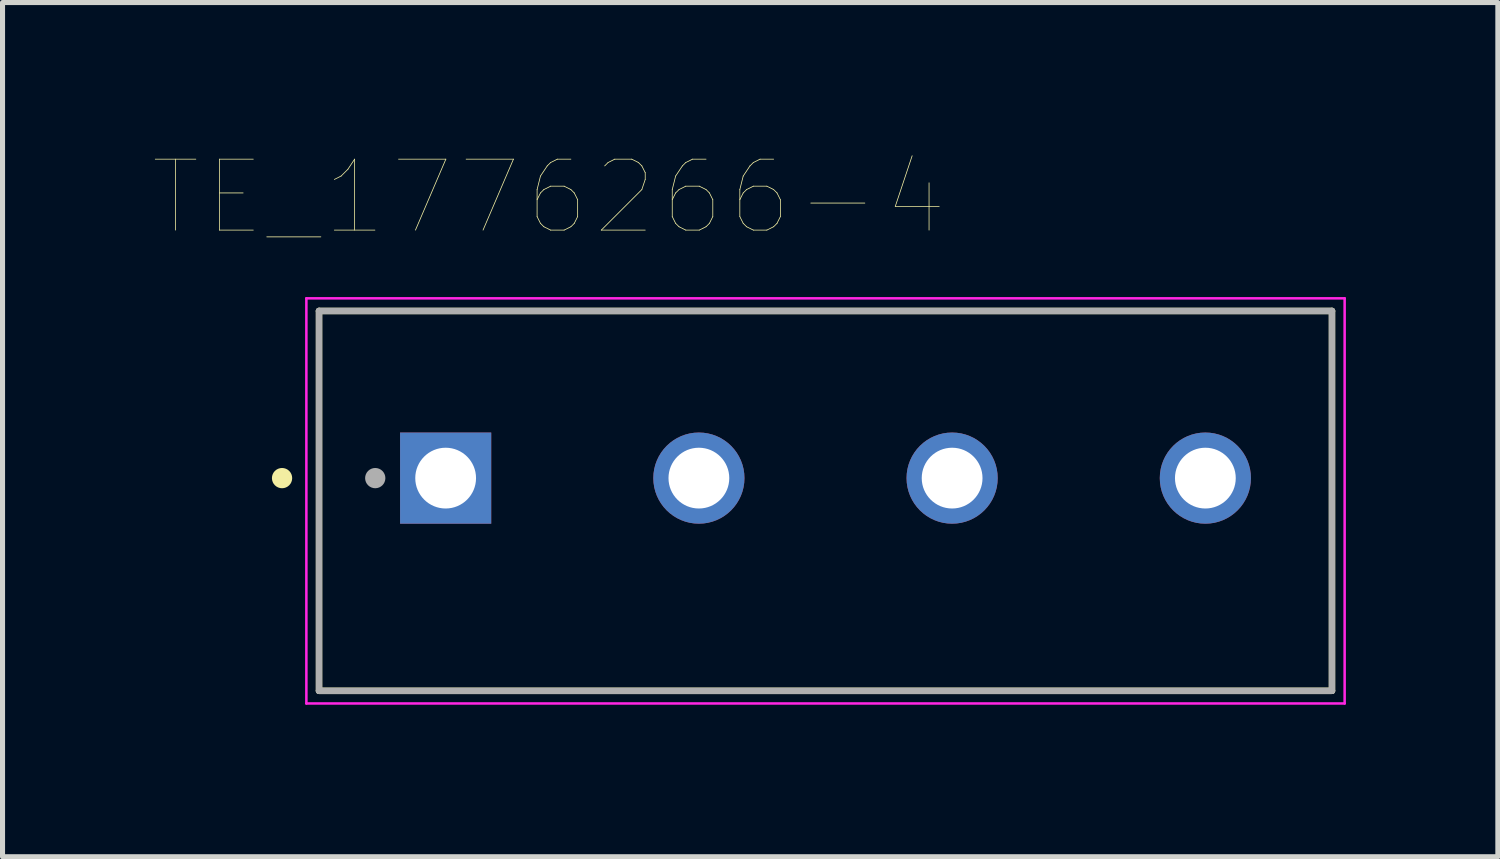
<source format=kicad_pcb>
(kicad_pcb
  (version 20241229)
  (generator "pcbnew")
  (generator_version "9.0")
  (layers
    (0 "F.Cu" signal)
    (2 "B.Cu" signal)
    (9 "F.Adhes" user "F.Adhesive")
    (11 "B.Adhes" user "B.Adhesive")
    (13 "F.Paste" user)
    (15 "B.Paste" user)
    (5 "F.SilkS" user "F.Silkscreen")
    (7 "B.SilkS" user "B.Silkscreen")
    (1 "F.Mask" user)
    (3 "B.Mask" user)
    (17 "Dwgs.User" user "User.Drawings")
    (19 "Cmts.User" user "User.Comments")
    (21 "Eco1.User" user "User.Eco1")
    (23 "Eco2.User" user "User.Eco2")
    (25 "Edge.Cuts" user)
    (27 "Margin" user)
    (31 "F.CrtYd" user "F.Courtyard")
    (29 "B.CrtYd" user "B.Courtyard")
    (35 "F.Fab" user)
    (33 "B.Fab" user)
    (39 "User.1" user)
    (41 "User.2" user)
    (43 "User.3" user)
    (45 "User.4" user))
  (footprint "TE_1776266-4"
    (layer "F.Cu")
    (at 5.749 6.39)
    (property "Reference" "TE_1776266-4" (at 2.039 -5.544 0) (layer "F.SilkS") (effects (font (size 1.401 1.401) (thickness 0.015))))
    (attr through_hole)
    (fp_line (start -2.5 -3.3) (end -2.5 4.2) (stroke (width 0.127) (type solid)) (layer "F.SilkS"))
    (fp_line (start -2.5 4.2) (end 17.5 4.2) (stroke (width 0.127) (type solid)) (layer "F.SilkS"))
    (fp_line (start 17.5 -3.3) (end -2.5 -3.3) (stroke (width 0.127) (type solid)) (layer "F.SilkS"))
    (fp_line (start 17.5 4.2) (end 17.5 -3.3) (stroke (width 0.127) (type solid)) (layer "F.SilkS"))
    (fp_circle (center -3.23 0) (end -3.13 0) (stroke (width 0.2) (type solid)) (fill no) (layer "F.SilkS"))
    (fp_line (start -2.75 -3.55) (end 17.75 -3.55) (stroke (width 0.05) (type solid)) (layer "F.CrtYd"))
    (fp_line (start -2.75 4.45) (end -2.75 -3.55) (stroke (width 0.05) (type solid)) (layer "F.CrtYd"))
    (fp_line (start 17.75 -3.55) (end 17.75 4.45) (stroke (width 0.05) (type solid)) (layer "F.CrtYd"))
    (fp_line (start 17.75 4.45) (end -2.75 4.45) (stroke (width 0.05) (type solid)) (layer "F.CrtYd"))
    (fp_line (start -2.5 -3.3) (end -2.5 4.2) (stroke (width 0.127) (type solid)) (layer "F.Fab"))
    (fp_line (start -2.5 4.2) (end 17.5 4.2) (stroke (width 0.127) (type solid)) (layer "F.Fab"))
    (fp_line (start 17.5 -3.3) (end -2.5 -3.3) (stroke (width 0.127) (type solid)) (layer "F.Fab"))
    (fp_line (start 17.5 4.2) (end 17.5 -3.3) (stroke (width 0.127) (type solid)) (layer "F.Fab"))
    (fp_circle (center -1.39 0) (end -1.29 0) (stroke (width 0.2) (type solid)) (fill no) (layer "F.Fab"))
    (pad "1" thru_hole rect (at 0 0) (size 1.8 1.8) (drill 1.2) (layers "*.Cu" "*.Mask"))
    (pad "2" thru_hole circle (at 5 0) (size 1.8 1.8) (drill 1.2) (layers "*.Cu" "*.Mask"))
    (pad "3" thru_hole circle (at 10 0) (size 1.8 1.8) (drill 1.2) (layers "*.Cu" "*.Mask"))
    (pad "4" thru_hole circle (at 15 0) (size 1.8 1.8) (drill 1.2) (layers "*.Cu" "*.Mask")))
  (gr_rect
    (start -3 -3)
    (end 26.524 13.865)
    (stroke (width 0.1) (type default))
    (fill no)
    (layer "Edge.Cuts")))
</source>
